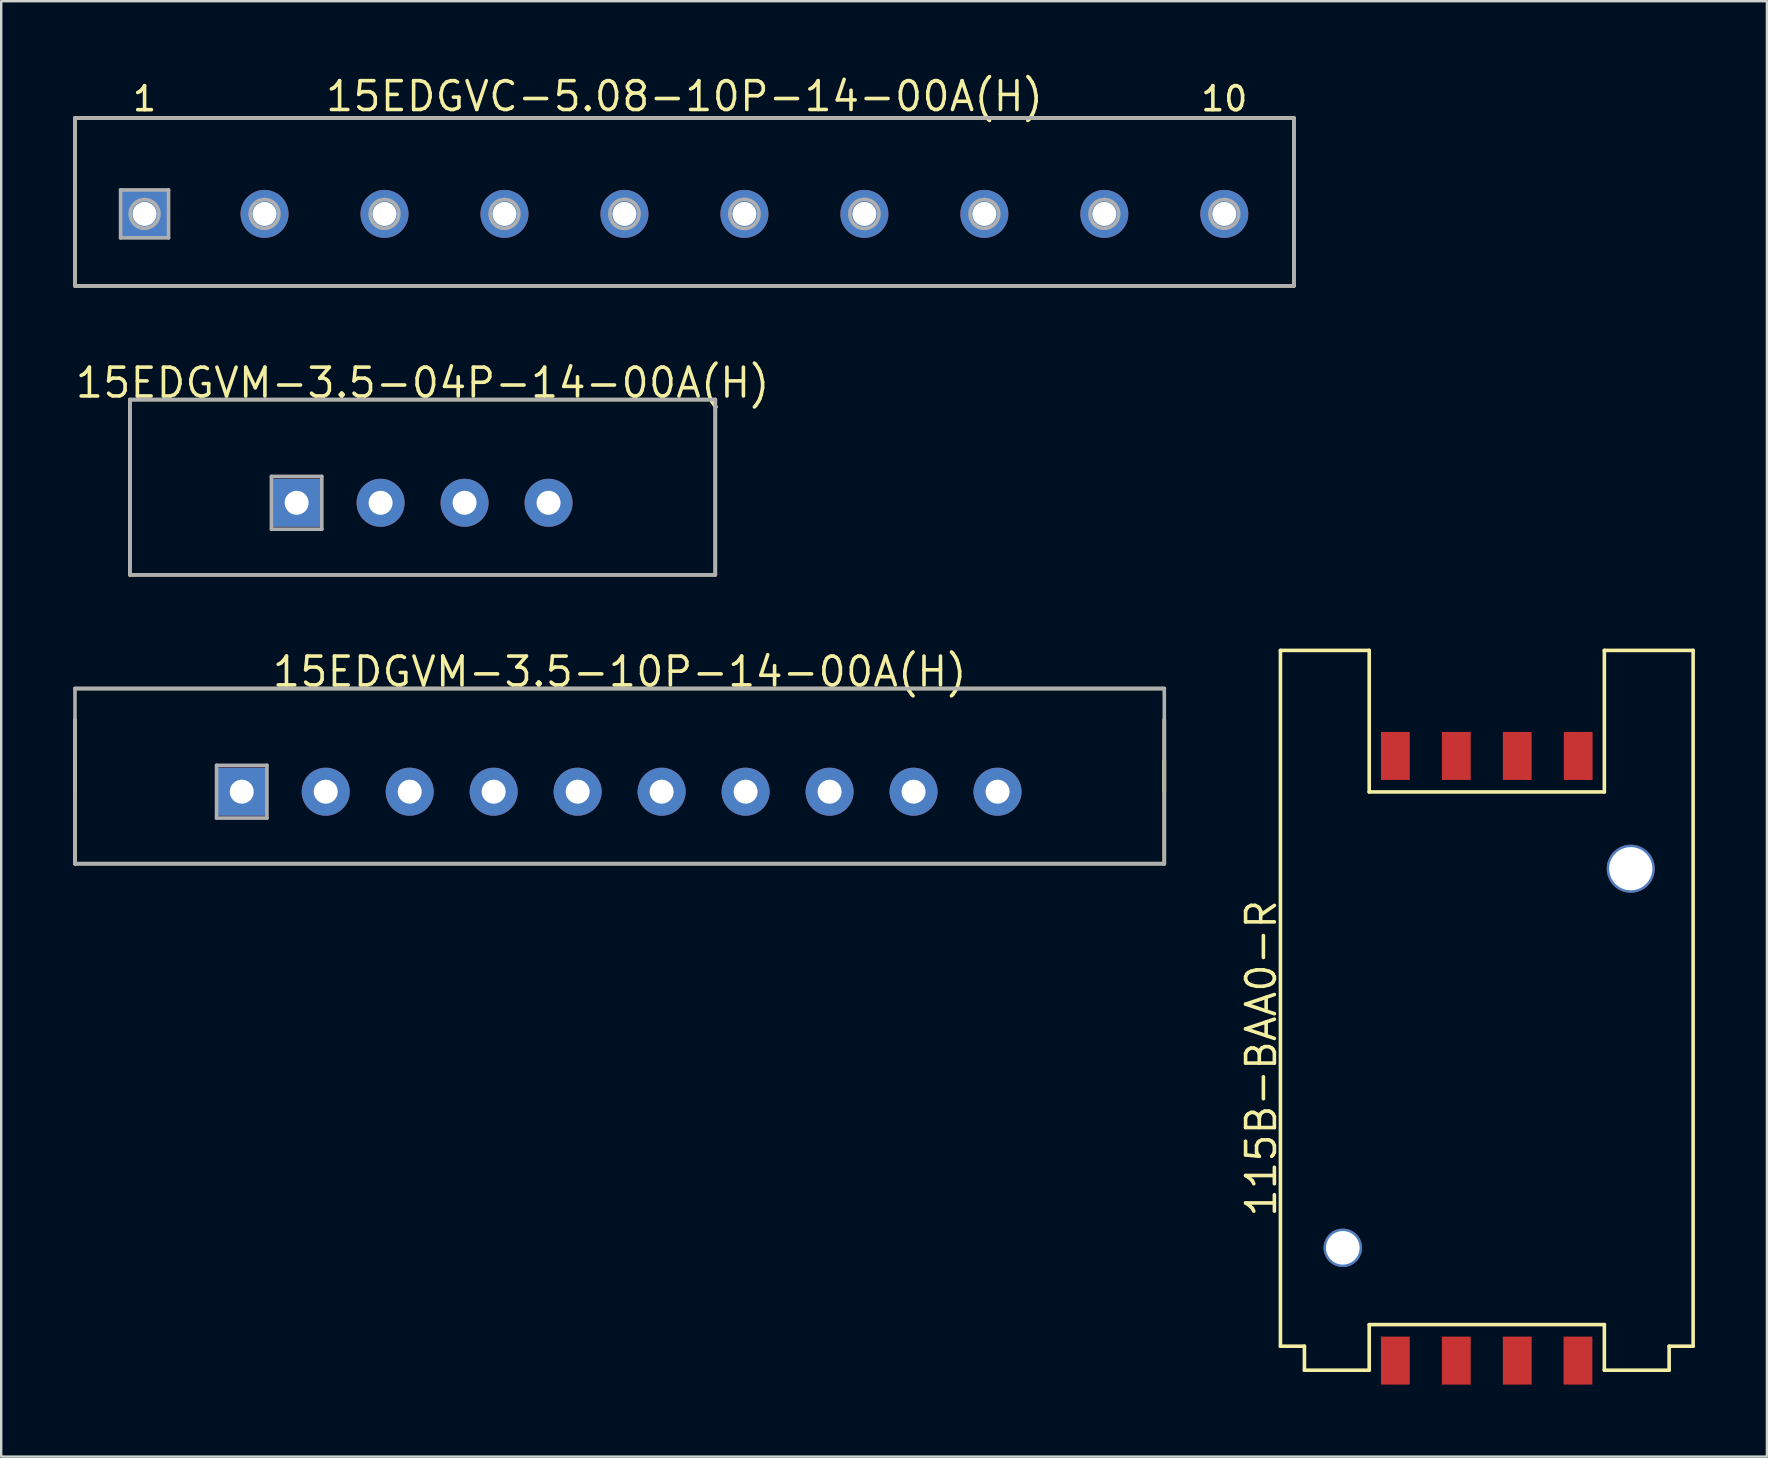
<source format=kicad_pcb>
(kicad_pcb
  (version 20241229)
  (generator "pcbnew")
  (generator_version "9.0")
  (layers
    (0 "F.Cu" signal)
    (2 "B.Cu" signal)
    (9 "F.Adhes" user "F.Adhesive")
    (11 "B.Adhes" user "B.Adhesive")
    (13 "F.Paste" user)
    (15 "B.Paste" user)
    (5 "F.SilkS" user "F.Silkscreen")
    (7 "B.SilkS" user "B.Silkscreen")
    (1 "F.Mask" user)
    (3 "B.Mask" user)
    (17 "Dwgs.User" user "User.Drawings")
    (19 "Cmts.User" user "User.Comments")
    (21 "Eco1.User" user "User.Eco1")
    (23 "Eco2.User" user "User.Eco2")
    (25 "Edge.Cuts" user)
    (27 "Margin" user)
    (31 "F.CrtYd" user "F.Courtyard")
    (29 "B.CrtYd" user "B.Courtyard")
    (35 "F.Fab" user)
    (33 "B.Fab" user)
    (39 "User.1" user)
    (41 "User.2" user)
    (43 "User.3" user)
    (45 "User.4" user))
  (footprint "115B-BAA0-R"
    (layer "F.Cu")
    (at 58.915 41.056)
    (property "Reference" "115B-BAA0-R" (at -9.4 0 90) (layer "F.SilkS") (effects (font (size 1.2 1.2) (thickness 0.15))))
    (attr through_hole)
    (fp_line (start -8.6 12) (end -8.6 -17) (stroke (width 0.15) (type solid)) (layer "F.SilkS"))
    (fp_line (start -7.6 12) (end -8.6 12) (stroke (width 0.15) (type solid)) (layer "F.SilkS"))
    (fp_line (start -7.6 13) (end -7.6 12) (stroke (width 0.15) (type solid)) (layer "F.SilkS"))
    (fp_line (start -4.9 -17) (end -8.6 -17) (stroke (width 0.15) (type solid)) (layer "F.SilkS"))
    (fp_line (start -4.9 -11.1) (end -4.9 -17) (stroke (width 0.15) (type solid)) (layer "F.SilkS"))
    (fp_line (start -4.9 11.1) (end 4.9 11.1) (stroke (width 0.15) (type solid)) (layer "F.SilkS"))
    (fp_line (start -4.9 13) (end -7.6 13) (stroke (width 0.15) (type solid)) (layer "F.SilkS"))
    (fp_line (start -4.9 13) (end -4.9 11.1) (stroke (width 0.15) (type solid)) (layer "F.SilkS"))
    (fp_line (start 4.9 -11.1) (end -4.9 -11.1) (stroke (width 0.15) (type solid)) (layer "F.SilkS"))
    (fp_line (start 4.9 -11.1) (end 4.9 -17) (stroke (width 0.15) (type solid)) (layer "F.SilkS"))
    (fp_line (start 4.9 11.1) (end 4.9 13) (stroke (width 0.15) (type solid)) (layer "F.SilkS"))
    (fp_line (start 4.9 13) (end 7.6 13) (stroke (width 0.15) (type solid)) (layer "F.SilkS"))
    (fp_line (start 7.6 12) (end 8.6 12) (stroke (width 0.15) (type solid)) (layer "F.SilkS"))
    (fp_line (start 7.6 13) (end 7.6 12) (stroke (width 0.15) (type solid)) (layer "F.SilkS"))
    (fp_line (start 8.6 -17) (end 4.9 -17) (stroke (width 0.15) (type solid)) (layer "F.SilkS"))
    (fp_line (start 8.6 -17) (end 8.6 12) (stroke (width 0.15) (type solid)) (layer "F.SilkS"))
    (pad "" np_thru_hole circle (at -6 7.9) (size 1.6 1.6) (drill 1.4) (layers "*.Cu" "*.Mask"))
    (pad "" np_thru_hole circle (at 6 -7.9) (size 2 2) (drill 1.8) (layers "*.Cu" "*.Mask"))
    (pad "1" smd rect (at 3.8 12.6) (size 1.2 2) (layers "F.Cu" "F.Mask" "F.Paste"))
    (pad "2" smd rect (at 1.27 12.6) (size 1.2 2) (layers "F.Cu" "F.Mask" "F.Paste"))
    (pad "3" smd rect (at -1.27 12.6) (size 1.2 2) (layers "F.Cu" "F.Mask" "F.Paste"))
    (pad "4" smd rect (at -3.81 12.6) (size 1.2 2) (layers "F.Cu" "F.Mask" "F.Paste"))
    (pad "5" smd rect (at 3.81 -12.6) (size 1.2 2) (layers "F.Cu" "F.Mask" "F.Paste"))
    (pad "6" smd rect (at 1.27 -12.6) (size 1.2 2) (layers "F.Cu" "F.Mask" "F.Paste"))
    (pad "7" smd rect (at -1.27 -12.6) (size 1.2 2) (layers "F.Cu" "F.Mask" "F.Paste"))
    (pad "8" smd rect (at -3.81 -12.6) (size 1.2 2) (layers "F.Cu" "F.Mask" "F.Paste")))
  (footprint "15EDGVM-3.5-10P-14-00A(H)"
    (layer "F.Cu")
    (at 22.775 29.946)
    (property "Reference" "15EDGVM-3.5-10P-14-00A(H)" (at 0 -5 0) (layer "F.SilkS") (effects (font (size 1.2 1.2) (thickness 0.15))))
    (attr through_hole)
    (fp_line (start -22.7 -4.3) (end 22.7 -4.3) (stroke (width 0.15) (type solid)) (layer "F.SilkS"))
    (fp_line (start -22.7 -1.3) (end -22.7 3) (stroke (width 0.15) (type solid)) (layer "F.SilkS"))
    (fp_line (start -22.7 0) (end -22.7 -3) (stroke (width 0.15) (type solid)) (layer "F.SilkS"))
    (fp_line (start -22.7 3) (end 22.7 3) (stroke (width 0.15) (type solid)) (layer "F.SilkS"))
    (fp_line (start 22.7 -3) (end 22.7 0) (stroke (width 0.15) (type solid)) (layer "F.SilkS"))
    (fp_line (start 22.7 3) (end 22.7 -1.3) (stroke (width 0.15) (type solid)) (layer "F.SilkS"))
    (fp_line (start -22.7 -4.3) (end 22.7 -4.3) (stroke (width 0.15) (type solid)) (layer "F.Fab"))
    (fp_line (start -22.7 3) (end -22.7 -4.3) (stroke (width 0.15) (type solid)) (layer "F.Fab"))
    (fp_line (start -16.8 -1.1) (end -14.7 -1.1) (stroke (width 0.15) (type solid)) (layer "F.Fab"))
    (fp_line (start -16.8 1.1) (end -16.8 -1.1) (stroke (width 0.15) (type solid)) (layer "F.Fab"))
    (fp_line (start -14.7 -1.1) (end -14.7 1.1) (stroke (width 0.15) (type solid)) (layer "F.Fab"))
    (fp_line (start -14.7 1.1) (end -16.8 1.1) (stroke (width 0.15) (type solid)) (layer "F.Fab"))
    (fp_line (start 22.7 -4.3) (end 22.7 3) (stroke (width 0.15) (type solid)) (layer "F.Fab"))
    (fp_line (start 22.7 3) (end -22.7 3) (stroke (width 0.15) (type solid)) (layer "F.Fab"))
    (pad "1" thru_hole rect (at -15.75 0) (size 2 2) (drill 1) (layers "*.Cu" "*.Mask"))
    (pad "2" thru_hole circle (at -12.25 0) (size 2 2) (drill 1) (layers "*.Cu" "*.Mask"))
    (pad "3" thru_hole circle (at -8.75 0) (size 2 2) (drill 1) (layers "*.Cu" "*.Mask"))
    (pad "4" thru_hole circle (at -5.25 0) (size 2 2) (drill 1) (layers "*.Cu" "*.Mask"))
    (pad "5" thru_hole circle (at -1.75 0) (size 2 2) (drill 1) (layers "*.Cu" "*.Mask"))
    (pad "6" thru_hole circle (at 1.75 0) (size 2 2) (drill 1) (layers "*.Cu" "*.Mask"))
    (pad "7" thru_hole circle (at 5.25 0) (size 2 2) (drill 1) (layers "*.Cu" "*.Mask"))
    (pad "8" thru_hole circle (at 8.75 0) (size 2 2) (drill 1) (layers "*.Cu" "*.Mask"))
    (pad "9" thru_hole circle (at 12.25 0) (size 2 2) (drill 1) (layers "*.Cu" "*.Mask"))
    (pad "10" thru_hole circle (at 15.75 0) (size 2 2) (drill 1) (layers "*.Cu" "*.Mask")))
  (footprint "15EDGVM-3.5-04P-14-00A(H)"
    (layer "F.Cu")
    (at 14.562 17.905)
    (property "Reference" "15EDGVM-3.5-04P-14-00A(H)" (at 0 -5 0) (layer "F.SilkS") (effects (font (size 1.2 1.2) (thickness 0.15))))
    (attr through_hole)
    (fp_line (start -12.2 -4.3) (end -12.2 3) (stroke (width 0.15) (type solid)) (layer "F.SilkS"))
    (fp_line (start -12.2 3) (end 12.2 3) (stroke (width 0.15) (type solid)) (layer "F.SilkS"))
    (fp_line (start 12.2 -4.3) (end -12.2 -4.3) (stroke (width 0.15) (type solid)) (layer "F.SilkS"))
    (fp_line (start 12.2 -4.3) (end 12.2 3) (stroke (width 0.15) (type solid)) (layer "F.SilkS"))
    (fp_line (start -12.2 -4.3) (end 12.2 -4.3) (stroke (width 0.15) (type solid)) (layer "F.Fab"))
    (fp_line (start -12.2 3) (end -12.2 -4.3) (stroke (width 0.15) (type solid)) (layer "F.Fab"))
    (fp_line (start -6.3 -1.1) (end -4.2 -1.1) (stroke (width 0.15) (type solid)) (layer "F.Fab"))
    (fp_line (start -6.3 1.1) (end -6.3 -1.1) (stroke (width 0.15) (type solid)) (layer "F.Fab"))
    (fp_line (start -4.2 -1.1) (end -4.2 1.1) (stroke (width 0.15) (type solid)) (layer "F.Fab"))
    (fp_line (start -4.2 1.1) (end -6.3 1.1) (stroke (width 0.15) (type solid)) (layer "F.Fab"))
    (fp_line (start 12.2 -4.3) (end 12.2 3) (stroke (width 0.15) (type solid)) (layer "F.Fab"))
    (fp_line (start 12.2 3) (end -12.2 3) (stroke (width 0.15) (type solid)) (layer "F.Fab"))
    (pad "1" thru_hole rect (at -5.25 0) (size 2 2) (drill 1) (layers "*.Cu" "*.Mask"))
    (pad "2" thru_hole circle (at -1.75 0) (size 2 2) (drill 1) (layers "*.Cu" "*.Mask"))
    (pad "3" thru_hole circle (at 1.75 0) (size 2 2) (drill 1) (layers "*.Cu" "*.Mask"))
    (pad "4" thru_hole circle (at 5.25 0) (size 2 2) (drill 1) (layers "*.Cu" "*.Mask")))
  (footprint "15EDGVC-5.08-10P-14-00A(H)"
    (layer "F.Cu")
    (at 25.475 5.865)
    (property "Reference" "15EDGVC-5.08-10P-14-00A(H)" (at 0 -4.9 180) (layer "F.SilkS") (effects (font (size 1.2 1.2) (thickness 0.15))))
    (attr through_hole)
    (fp_line (start -25.4 -4) (end 25.4 -4) (stroke (width 0.15) (type solid)) (layer "F.SilkS"))
    (fp_line (start -25.4 -1) (end -25.4 -4) (stroke (width 0.15) (type solid)) (layer "F.SilkS"))
    (fp_line (start -25.4 3) (end -25.4 -1) (stroke (width 0.15) (type solid)) (layer "F.SilkS"))
    (fp_line (start 25.4 -4) (end 25.4 3) (stroke (width 0.15) (type solid)) (layer "F.SilkS"))
    (fp_line (start 25.4 3) (end -25.4 3) (stroke (width 0.15) (type solid)) (layer "F.SilkS"))
    (fp_line (start -25.4 -4) (end 25.4 -4) (stroke (width 0.15) (type solid)) (layer "F.Fab"))
    (fp_line (start -25.4 3) (end -25.4 -4) (stroke (width 0.15) (type solid)) (layer "F.Fab"))
    (fp_line (start -23.5 -1) (end -21.5 -1) (stroke (width 0.15) (type solid)) (layer "F.Fab"))
    (fp_line (start -23.5 1) (end -23.5 -1) (stroke (width 0.15) (type solid)) (layer "F.Fab"))
    (fp_line (start -21.5 -1) (end -21.5 1) (stroke (width 0.15) (type solid)) (layer "F.Fab"))
    (fp_line (start -21.5 1) (end -23.5 1) (stroke (width 0.15) (type solid)) (layer "F.Fab"))
    (fp_line (start 25.4 -4) (end 25.4 3) (stroke (width 0.15) (type solid)) (layer "F.Fab"))
    (fp_line (start 25.4 3) (end -25.4 3) (stroke (width 0.15) (type solid)) (layer "F.Fab"))
    (fp_circle (center -22.5 0) (end -21.9 0) (stroke (width 0.15) (type solid)) (fill no) (layer "F.Fab"))
    (fp_circle (center -17.5 0) (end -16.9 0) (stroke (width 0.15) (type solid)) (fill no) (layer "F.Fab"))
    (fp_circle (center -12.5 0) (end -11.9 0) (stroke (width 0.15) (type solid)) (fill no) (layer "F.Fab"))
    (fp_circle (center -7.5 0) (end -6.9 0) (stroke (width 0.15) (type solid)) (fill no) (layer "F.Fab"))
    (fp_circle (center -2.5 0) (end -1.9 0.1) (stroke (width 0.15) (type solid)) (fill no) (layer "F.Fab"))
    (fp_circle (center 2.5 0) (end 3.1 0.1) (stroke (width 0.15) (type solid)) (fill no) (layer "F.Fab"))
    (fp_circle (center 7.5 0) (end 8.1 0.1) (stroke (width 0.15) (type solid)) (fill no) (layer "F.Fab"))
    (fp_circle (center 12.5 0) (end 13.1 0) (stroke (width 0.15) (type solid)) (fill no) (layer "F.Fab"))
    (fp_circle (center 17.5 0) (end 18.1 0) (stroke (width 0.15) (type solid)) (fill no) (layer "F.Fab"))
    (fp_circle (center 22.5 0) (end 23.1 0) (stroke (width 0.15) (type solid)) (fill no) (layer "F.Fab"))
    (fp_text user "10" (at 22.5 -4.8 0) (layer "F.SilkS") (effects (font (size 1 1) (thickness 0.15))))
    (fp_text user "1" (at -22.5 -4.8 0) (layer "F.SilkS") (effects (font (size 1 1) (thickness 0.15))))
    (pad "1" thru_hole rect (at -22.5 0) (size 2 2) (drill 1) (layers "*.Cu" "*.Mask"))
    (pad "2" thru_hole circle (at -17.5 0) (size 2 2) (drill 1) (layers "*.Cu" "*.Mask"))
    (pad "3" thru_hole circle (at -12.5 0) (size 2 2) (drill 1) (layers "*.Cu" "*.Mask"))
    (pad "4" thru_hole circle (at -7.5 0) (size 2 2) (drill 1) (layers "*.Cu" "*.Mask"))
    (pad "5" thru_hole circle (at -2.5 0) (size 2 2) (drill 1) (layers "*.Cu" "*.Mask"))
    (pad "6" thru_hole circle (at 2.5 0) (size 2 2) (drill 1) (layers "*.Cu" "*.Mask"))
    (pad "7" thru_hole circle (at 7.5 0) (size 2 2) (drill 1) (layers "*.Cu" "*.Mask"))
    (pad "8" thru_hole circle (at 12.5 0) (size 2 2) (drill 1) (layers "*.Cu" "*.Mask"))
    (pad "9" thru_hole circle (at 17.5 0) (size 2 2) (drill 1) (layers "*.Cu" "*.Mask"))
    (pad "10" thru_hole circle (at 22.5 0) (size 2 2) (drill 1) (layers "*.Cu" "*.Mask")))
  (gr_rect
    (start -3 -3)
    (end 70.59 57.656)
    (stroke (width 0.1) (type default))
    (fill no)
    (layer "Edge.Cuts")))
</source>
